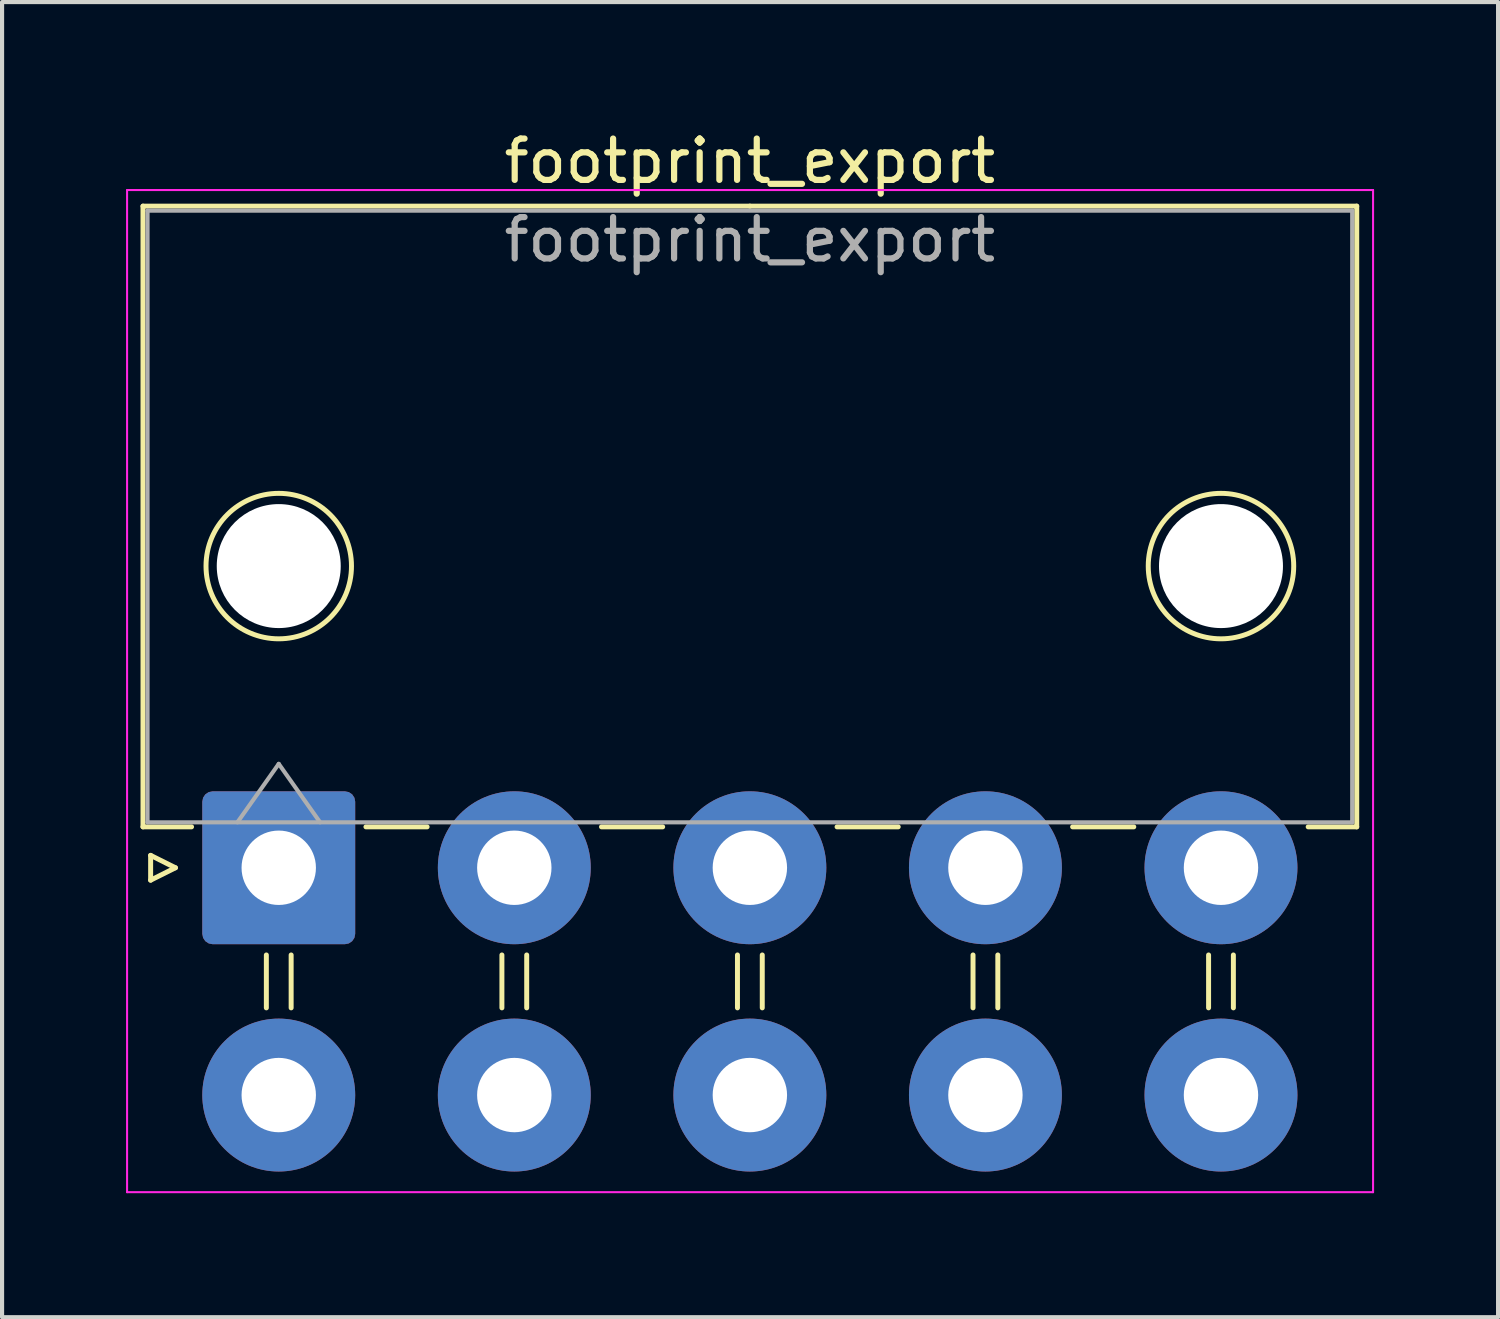
<source format=kicad_pcb>
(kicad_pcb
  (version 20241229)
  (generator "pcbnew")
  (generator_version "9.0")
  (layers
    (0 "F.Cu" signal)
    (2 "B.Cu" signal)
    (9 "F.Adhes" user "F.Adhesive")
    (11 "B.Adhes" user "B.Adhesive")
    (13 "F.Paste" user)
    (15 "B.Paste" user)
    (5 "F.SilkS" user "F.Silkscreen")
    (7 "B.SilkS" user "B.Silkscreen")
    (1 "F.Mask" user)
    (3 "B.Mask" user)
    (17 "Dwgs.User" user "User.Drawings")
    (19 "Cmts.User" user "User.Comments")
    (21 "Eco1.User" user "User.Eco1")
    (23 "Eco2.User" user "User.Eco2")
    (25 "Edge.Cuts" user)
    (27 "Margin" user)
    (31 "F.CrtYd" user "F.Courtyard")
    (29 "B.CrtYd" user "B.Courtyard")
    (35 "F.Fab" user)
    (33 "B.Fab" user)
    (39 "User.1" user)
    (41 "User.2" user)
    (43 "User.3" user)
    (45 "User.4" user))
  (footprint "footprint_export"
    (layer "F.Cu")
    (at 3.695 17.948)
    (property "Reference" "footprint_export" (at 11.4 -17.1 0) (layer "F.SilkS") (effects (font (size 1 1) (thickness 0.15))))
    (attr through_hole)
    (fp_line (start -3.285 -16.01) (end -3.285 -0.99) (stroke (width 0.12) (type solid)) (layer "F.SilkS"))
    (fp_line (start -3.285 -0.99) (end -2.11 -0.99) (stroke (width 0.12) (type solid)) (layer "F.SilkS"))
    (fp_line (start -3.1 -0.3) (end -2.5 0) (stroke (width 0.12) (type solid)) (layer "F.SilkS"))
    (fp_line (start -3.1 0.3) (end -3.1 -0.3) (stroke (width 0.12) (type solid)) (layer "F.SilkS"))
    (fp_line (start -2.5 0) (end -3.1 0.3) (stroke (width 0.12) (type solid)) (layer "F.SilkS"))
    (fp_line (start -0.3 2.11) (end -0.3 3.39) (stroke (width 0.12) (type solid)) (layer "F.SilkS"))
    (fp_line (start 0.3 2.11) (end 0.3 3.39) (stroke (width 0.12) (type solid)) (layer "F.SilkS"))
    (fp_line (start 2.11 -0.99) (end 3.59 -0.99) (stroke (width 0.12) (type solid)) (layer "F.SilkS"))
    (fp_line (start 5.4 2.11) (end 5.4 3.39) (stroke (width 0.12) (type solid)) (layer "F.SilkS"))
    (fp_line (start 6 2.11) (end 6 3.39) (stroke (width 0.12) (type solid)) (layer "F.SilkS"))
    (fp_line (start 7.81 -0.99) (end 9.29 -0.99) (stroke (width 0.12) (type solid)) (layer "F.SilkS"))
    (fp_line (start 11.1 2.11) (end 11.1 3.39) (stroke (width 0.12) (type solid)) (layer "F.SilkS"))
    (fp_line (start 11.4 -16.01) (end -3.285 -16.01) (stroke (width 0.12) (type solid)) (layer "F.SilkS"))
    (fp_line (start 11.4 -16.01) (end 26.085 -16.01) (stroke (width 0.12) (type solid)) (layer "F.SilkS"))
    (fp_line (start 11.7 2.11) (end 11.7 3.39) (stroke (width 0.12) (type solid)) (layer "F.SilkS"))
    (fp_line (start 13.51 -0.99) (end 14.99 -0.99) (stroke (width 0.12) (type solid)) (layer "F.SilkS"))
    (fp_line (start 16.8 2.11) (end 16.8 3.39) (stroke (width 0.12) (type solid)) (layer "F.SilkS"))
    (fp_line (start 17.4 2.11) (end 17.4 3.39) (stroke (width 0.12) (type solid)) (layer "F.SilkS"))
    (fp_line (start 19.21 -0.99) (end 20.69 -0.99) (stroke (width 0.12) (type solid)) (layer "F.SilkS"))
    (fp_line (start 22.5 2.11) (end 22.5 3.39) (stroke (width 0.12) (type solid)) (layer "F.SilkS"))
    (fp_line (start 23.1 2.11) (end 23.1 3.39) (stroke (width 0.12) (type solid)) (layer "F.SilkS"))
    (fp_line (start 26.085 -16.01) (end 26.085 -0.99) (stroke (width 0.12) (type solid)) (layer "F.SilkS"))
    (fp_line (start 26.085 -0.99) (end 24.91 -0.99) (stroke (width 0.12) (type solid)) (layer "F.SilkS"))
    (fp_circle (center 0 -7.3) (end 1.76 -7.3) (stroke (width 0.12) (type solid)) (fill no) (layer "F.SilkS"))
    (fp_circle (center 22.8 -7.3) (end 24.56 -7.3) (stroke (width 0.12) (type solid)) (fill no) (layer "F.SilkS"))
    (fp_line (start -3.67 -16.4) (end -3.67 7.85) (stroke (width 0.05) (type solid)) (layer "F.CrtYd"))
    (fp_line (start -3.67 7.85) (end 26.48 7.85) (stroke (width 0.05) (type solid)) (layer "F.CrtYd"))
    (fp_line (start 26.48 -16.4) (end -3.67 -16.4) (stroke (width 0.05) (type solid)) (layer "F.CrtYd"))
    (fp_line (start 26.48 7.85) (end 26.48 -16.4) (stroke (width 0.05) (type solid)) (layer "F.CrtYd"))
    (fp_line (start -3.175 -15.9) (end -3.175 -1.1) (stroke (width 0.1) (type solid)) (layer "F.Fab"))
    (fp_line (start -3.175 -1.1) (end 25.975 -1.1) (stroke (width 0.1) (type solid)) (layer "F.Fab"))
    (fp_line (start -1 -1.1) (end 0 -2.514) (stroke (width 0.1) (type solid)) (layer "F.Fab"))
    (fp_line (start 0 -2.514) (end 1 -1.1) (stroke (width 0.1) (type solid)) (layer "F.Fab"))
    (fp_line (start 25.975 -15.9) (end -3.175 -15.9) (stroke (width 0.1) (type solid)) (layer "F.Fab"))
    (fp_line (start 25.975 -1.1) (end 25.975 -15.9) (stroke (width 0.1) (type solid)) (layer "F.Fab"))
    (fp_text user "${REFERENCE}" (at 11.4 -15.2 0) (layer "F.Fab") (effects (font (size 1 1) (thickness 0.15))))
    (pad "" np_thru_hole circle (at 0 -7.3) (size 3 3) (drill 3) (layers "*.Cu" "*.Mask"))
    (pad "" np_thru_hole circle (at 22.8 -7.3) (size 3 3) (drill 3) (layers "*.Cu" "*.Mask"))
    (pad "1" thru_hole roundrect (at 0 0) (size 3.7 3.7) (drill 1.8) (layers "*.Cu" "*.Mask") (roundrect_rratio 0.068))
    (pad "2" thru_hole circle (at 5.7 0) (size 3.7 3.7) (drill 1.8) (layers "*.Cu" "*.Mask"))
    (pad "3" thru_hole circle (at 11.4 0) (size 3.7 3.7) (drill 1.8) (layers "*.Cu" "*.Mask"))
    (pad "4" thru_hole circle (at 17.1 0) (size 3.7 3.7) (drill 1.8) (layers "*.Cu" "*.Mask"))
    (pad "5" thru_hole circle (at 22.8 0) (size 3.7 3.7) (drill 1.8) (layers "*.Cu" "*.Mask"))
    (pad "6" thru_hole circle (at 0 5.5) (size 3.7 3.7) (drill 1.8) (layers "*.Cu" "*.Mask"))
    (pad "7" thru_hole circle (at 5.7 5.5) (size 3.7 3.7) (drill 1.8) (layers "*.Cu" "*.Mask"))
    (pad "8" thru_hole circle (at 11.4 5.5) (size 3.7 3.7) (drill 1.8) (layers "*.Cu" "*.Mask"))
    (pad "9" thru_hole circle (at 17.1 5.5) (size 3.7 3.7) (drill 1.8) (layers "*.Cu" "*.Mask"))
    (pad "10" thru_hole circle (at 22.8 5.5) (size 3.7 3.7) (drill 1.8) (layers "*.Cu" "*.Mask")))
  (gr_rect
    (start -3 -3)
    (end 33.2 28.823)
    (stroke (width 0.1) (type default))
    (fill no)
    (layer "Edge.Cuts")))
</source>
